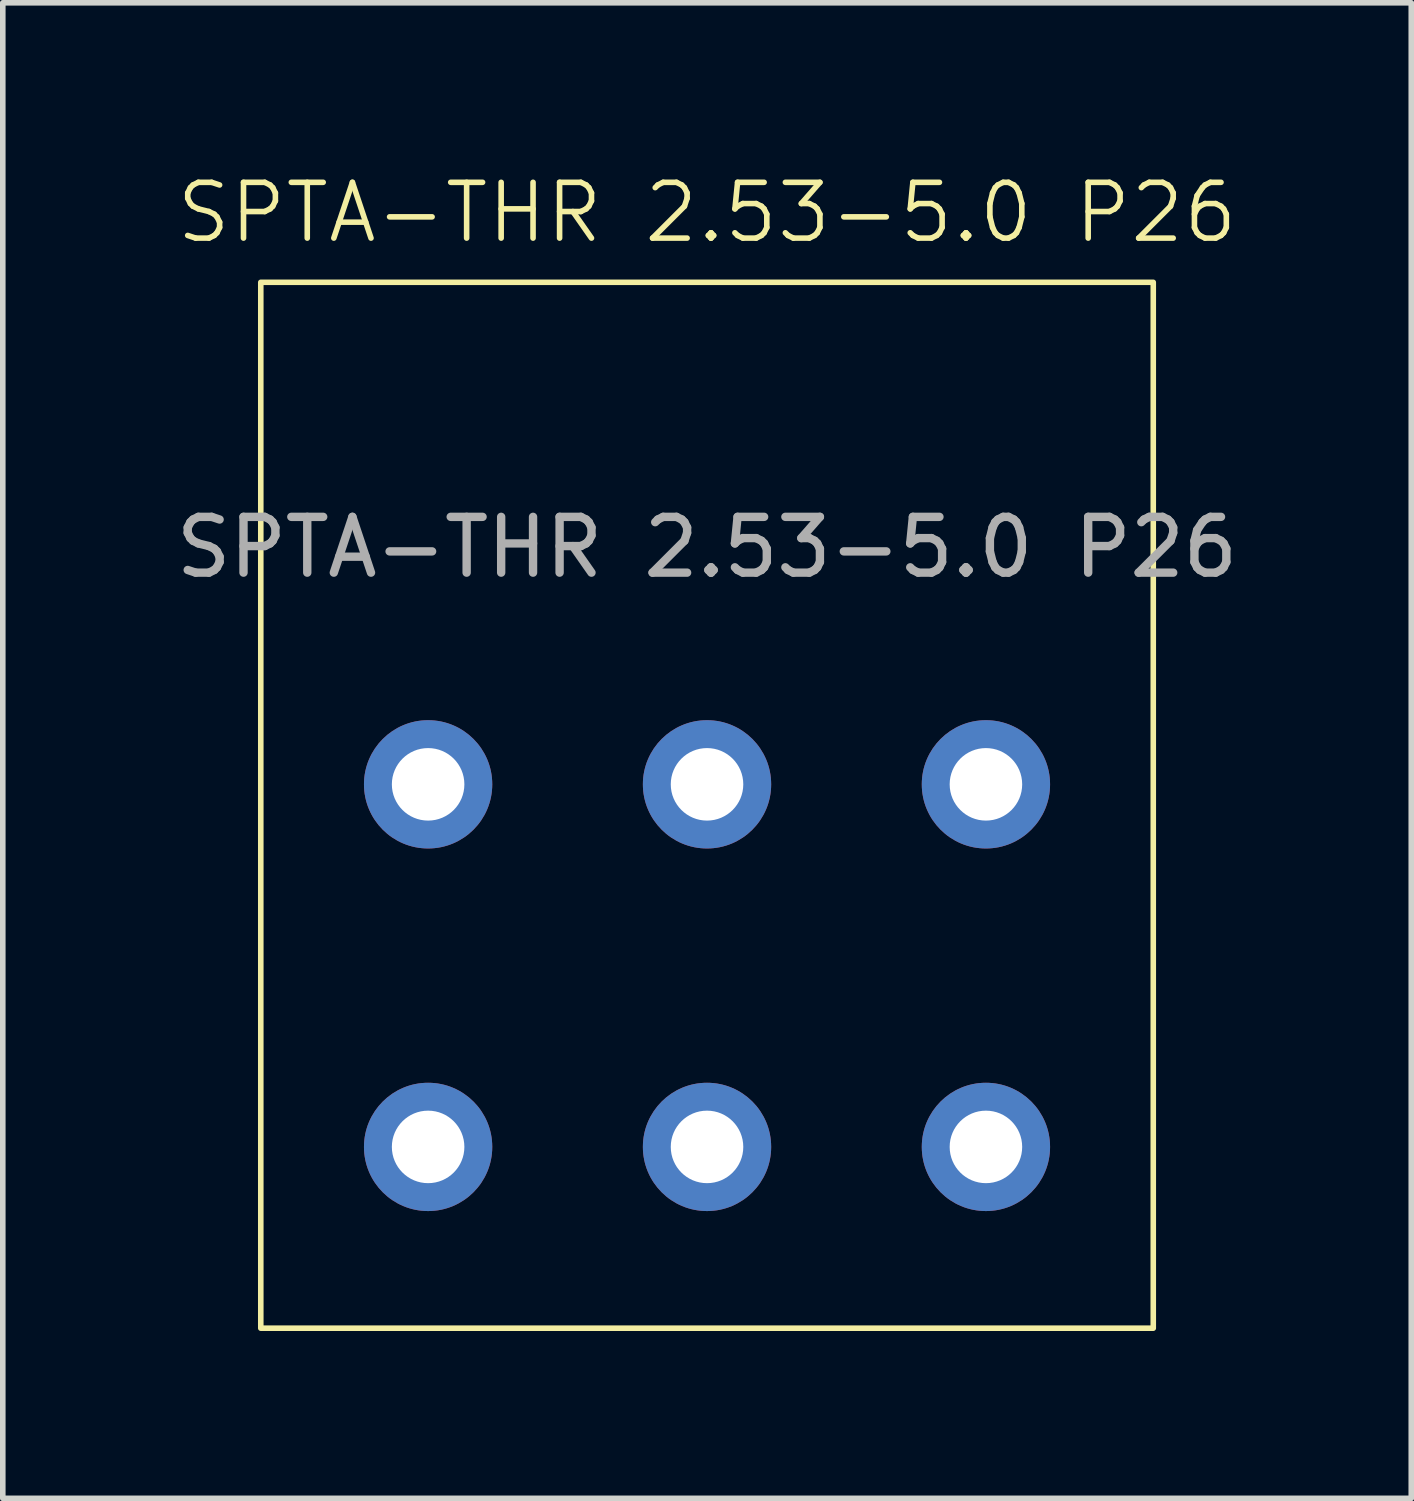
<source format=kicad_pcb>
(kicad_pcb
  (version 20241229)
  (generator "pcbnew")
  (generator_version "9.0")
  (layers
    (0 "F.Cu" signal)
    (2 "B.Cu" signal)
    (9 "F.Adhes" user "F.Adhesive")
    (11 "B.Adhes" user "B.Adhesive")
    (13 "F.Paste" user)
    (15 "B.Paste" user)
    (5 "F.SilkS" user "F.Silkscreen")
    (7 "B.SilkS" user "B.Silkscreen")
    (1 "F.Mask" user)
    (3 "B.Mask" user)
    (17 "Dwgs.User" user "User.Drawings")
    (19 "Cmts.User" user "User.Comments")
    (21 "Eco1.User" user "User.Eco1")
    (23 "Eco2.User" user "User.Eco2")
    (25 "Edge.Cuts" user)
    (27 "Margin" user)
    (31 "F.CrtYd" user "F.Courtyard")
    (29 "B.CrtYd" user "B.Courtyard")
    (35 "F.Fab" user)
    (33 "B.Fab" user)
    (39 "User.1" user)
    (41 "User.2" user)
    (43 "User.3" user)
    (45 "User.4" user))
  (footprint "SPTA-THR 2.53-5.0 P26"
    (layer "F.Cu")
    (at 9.625 4.261)
    (property "Reference" "SPTA-THR 2.53-5.0 P26" (at 0 -3.5 0) (unlocked yes) (layer "F.SilkS") (effects (font (size 1 1) (thickness 0.1))))
    (attr smd)
    (fp_rect (start -8 -2.25) (end 8 16.5) (stroke (width 0.1) (type default)) (fill no) (layer "F.SilkS"))
    (fp_text user "${REFERENCE}" (at 0 2.5 0) (unlocked yes) (layer "F.Fab") (effects (font (size 1 1) (thickness 0.15))))
    (pad "1" thru_hole circle (at -5 6.75) (size 2.3 2.3) (drill 1.3) (layers "*.Cu" "*.Mask"))
    (pad "1" thru_hole circle (at -5 13.25) (size 2.3 2.3) (drill 1.3) (layers "*.Cu" "*.Mask"))
    (pad "2" thru_hole circle (at 0 6.75) (size 2.3 2.3) (drill 1.3) (layers "*.Cu" "*.Mask"))
    (pad "2" thru_hole circle (at 0 13.25) (size 2.3 2.3) (drill 1.3) (layers "*.Cu" "*.Mask"))
    (pad "3" thru_hole circle (at 5 6.75) (size 2.3 2.3) (drill 1.3) (layers "*.Cu" "*.Mask"))
    (pad "3" thru_hole circle (at 5 13.25) (size 2.3 2.3) (drill 1.3) (layers "*.Cu" "*.Mask")))
  (gr_rect
    (start -3 -3)
    (end 22.25 23.811)
    (stroke (width 0.1) (type default))
    (fill no)
    (layer "Edge.Cuts")))
</source>
